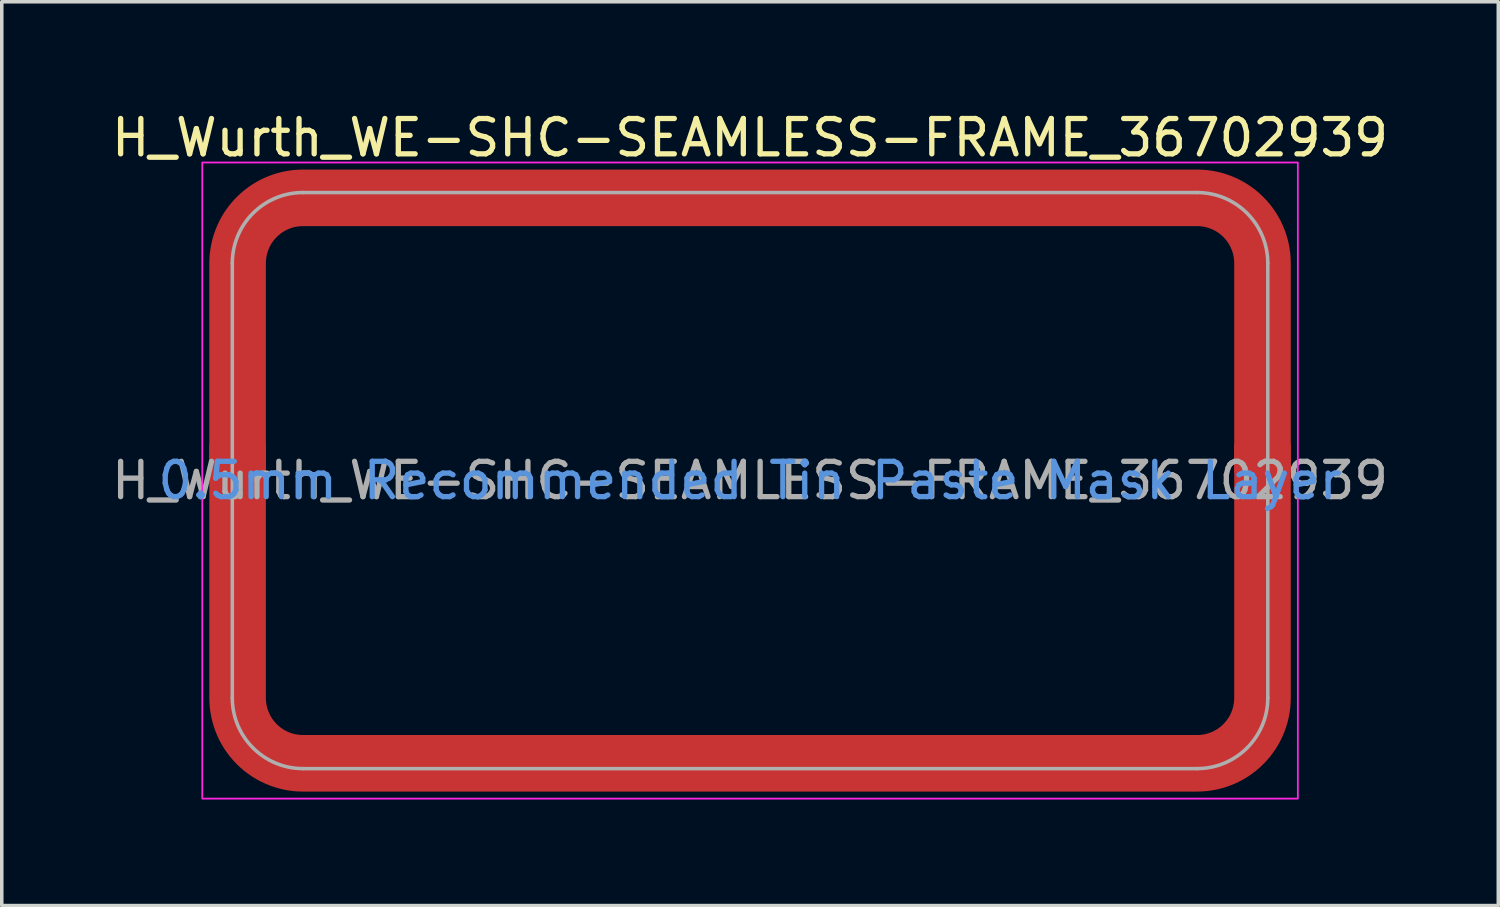
<source format=kicad_pcb>
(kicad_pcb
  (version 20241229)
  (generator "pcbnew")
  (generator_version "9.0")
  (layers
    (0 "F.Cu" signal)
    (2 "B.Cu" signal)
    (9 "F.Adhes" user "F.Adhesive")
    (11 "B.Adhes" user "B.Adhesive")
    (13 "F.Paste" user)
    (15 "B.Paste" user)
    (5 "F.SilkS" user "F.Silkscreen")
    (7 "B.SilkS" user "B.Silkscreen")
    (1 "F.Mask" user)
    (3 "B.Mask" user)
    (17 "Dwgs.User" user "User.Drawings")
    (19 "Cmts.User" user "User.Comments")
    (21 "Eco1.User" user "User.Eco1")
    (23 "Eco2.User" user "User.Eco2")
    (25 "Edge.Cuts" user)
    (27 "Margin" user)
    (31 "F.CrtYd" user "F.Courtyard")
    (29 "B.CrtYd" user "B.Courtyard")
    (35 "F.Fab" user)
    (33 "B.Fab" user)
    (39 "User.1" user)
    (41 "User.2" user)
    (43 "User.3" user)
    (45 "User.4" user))
  (footprint "H_Wurth_WE-SHC-SEAMLESS-FRAME_36702939"
    (layer "F.Cu")
    (at 18.173 10.548)
    (property "Reference" "H_Wurth_WE-SHC-SEAMLESS-FRAME_36702939" (at 0 -9.7 0) (unlocked yes) (layer "F.SilkS") (effects (font (size 1 1) (thickness 0.15))))
    (attr smd)
    (fp_poly (pts (xy -13.75 -0.25) (xy -15.25 -0.25) (xy -15.25 -6.15) (xy -15.246 -6.286) (xy -15.236 -6.422) (xy -15.218 -6.557) (xy -15.193 -6.691) (xy -15.161 -6.823) (xy -15.123 -6.953) (xy -15.077 -7.082) (xy -15.025 -7.208) (xy -14.967 -7.33) (xy -14.902 -7.45) (xy -14.831 -7.566) (xy -14.753 -7.678) (xy -14.671 -7.786) (xy -14.582 -7.89) (xy -14.488 -7.988) (xy -14.39 -8.082) (xy -14.286 -8.171) (xy -14.178 -8.253) (xy -14.066 -8.331) (xy -13.95 -8.402) (xy -13.83 -8.467) (xy -13.708 -8.525) (xy -13.582 -8.577) (xy -13.453 -8.623) (xy -13.323 -8.661) (xy -13.191 -8.693) (xy -13.057 -8.718) (xy -12.922 -8.736) (xy -12.786 -8.746) (xy -12.65 -8.75) (xy 12.65 -8.75) (xy 12.786 -8.746) (xy 12.922 -8.736) (xy 13.057 -8.718) (xy 13.191 -8.693) (xy 13.323 -8.661) (xy 13.453 -8.623) (xy 13.582 -8.577) (xy 13.708 -8.525) (xy 13.83 -8.467) (xy 13.95 -8.402) (xy 14.066 -8.331) (xy 14.178 -8.253) (xy 14.286 -8.171) (xy 14.39 -8.082) (xy 14.488 -7.988) (xy 14.582 -7.89) (xy 14.671 -7.786) (xy 14.753 -7.678) (xy 14.831 -7.566) (xy 14.902 -7.45) (xy 14.967 -7.33) (xy 15.025 -7.208) (xy 15.077 -7.082) (xy 15.123 -6.953) (xy 15.161 -6.823) (xy 15.193 -6.691) (xy 15.218 -6.557) (xy 15.236 -6.422) (xy 15.246 -6.286) (xy 15.25 -6.15) (xy 15.25 -0.25) (xy 13.75 -0.25) (xy 13.75 -6.15) (xy 13.748 -6.208) (xy 13.744 -6.265) (xy 13.736 -6.322) (xy 13.726 -6.379) (xy 13.713 -6.435) (xy 13.696 -6.49) (xy 13.677 -6.544) (xy 13.655 -6.597) (xy 13.63 -6.649) (xy 13.603 -6.7) (xy 13.573 -6.749) (xy 13.54 -6.797) (xy 13.505 -6.842) (xy 13.467 -6.886) (xy 13.428 -6.928) (xy 13.386 -6.967) (xy 13.342 -7.005) (xy 13.297 -7.04) (xy 13.249 -7.073) (xy 13.2 -7.103) (xy 13.149 -7.13) (xy 13.097 -7.155) (xy 13.044 -7.177) (xy 12.99 -7.196) (xy 12.935 -7.213) (xy 12.879 -7.226) (xy 12.822 -7.236) (xy 12.765 -7.244) (xy 12.708 -7.248) (xy 12.65 -7.25) (xy -12.65 -7.25) (xy -12.708 -7.248) (xy -12.765 -7.244) (xy -12.822 -7.236) (xy -12.879 -7.226) (xy -12.935 -7.213) (xy -12.99 -7.196) (xy -13.044 -7.177) (xy -13.097 -7.155) (xy -13.149 -7.13) (xy -13.2 -7.103) (xy -13.249 -7.073) (xy -13.297 -7.04) (xy -13.342 -7.005) (xy -13.386 -6.967) (xy -13.428 -6.928) (xy -13.467 -6.886) (xy -13.505 -6.842) (xy -13.54 -6.797) (xy -13.573 -6.749) (xy -13.603 -6.7) (xy -13.63 -6.649) (xy -13.655 -6.597) (xy -13.677 -6.544) (xy -13.696 -6.49) (xy -13.713 -6.435) (xy -13.726 -6.379) (xy -13.736 -6.322) (xy -13.744 -6.265) (xy -13.748 -6.208) (xy -13.75 -6.15) (xy -13.75 -0.25)) (stroke (width 0.1) (type solid)) (fill yes) (layer "F.Cu"))
    (fp_poly (pts (xy -13.75 -0.25) (xy -15.25 -0.25) (xy -15.25 -6.15) (xy -15.246 -6.286) (xy -15.236 -6.422) (xy -15.218 -6.557) (xy -15.193 -6.691) (xy -15.161 -6.823) (xy -15.123 -6.953) (xy -15.077 -7.082) (xy -15.025 -7.208) (xy -14.967 -7.33) (xy -14.902 -7.45) (xy -14.831 -7.566) (xy -14.753 -7.678) (xy -14.671 -7.786) (xy -14.582 -7.89) (xy -14.488 -7.988) (xy -14.39 -8.082) (xy -14.286 -8.171) (xy -14.178 -8.253) (xy -14.066 -8.331) (xy -13.95 -8.402) (xy -13.83 -8.467) (xy -13.708 -8.525) (xy -13.582 -8.577) (xy -13.453 -8.623) (xy -13.323 -8.661) (xy -13.191 -8.693) (xy -13.057 -8.718) (xy -12.922 -8.736) (xy -12.786 -8.746) (xy -12.65 -8.75) (xy 12.65 -8.75) (xy 12.786 -8.746) (xy 12.922 -8.736) (xy 13.057 -8.718) (xy 13.191 -8.693) (xy 13.323 -8.661) (xy 13.453 -8.623) (xy 13.582 -8.577) (xy 13.708 -8.525) (xy 13.83 -8.467) (xy 13.95 -8.402) (xy 14.066 -8.331) (xy 14.178 -8.253) (xy 14.286 -8.171) (xy 14.39 -8.082) (xy 14.488 -7.988) (xy 14.582 -7.89) (xy 14.671 -7.786) (xy 14.753 -7.678) (xy 14.831 -7.566) (xy 14.902 -7.45) (xy 14.967 -7.33) (xy 15.025 -7.208) (xy 15.077 -7.082) (xy 15.123 -6.953) (xy 15.161 -6.823) (xy 15.193 -6.691) (xy 15.218 -6.557) (xy 15.236 -6.422) (xy 15.246 -6.286) (xy 15.25 -6.15) (xy 15.25 -0.25) (xy 13.75 -0.25) (xy 13.75 -6.15) (xy 13.748 -6.208) (xy 13.744 -6.265) (xy 13.736 -6.322) (xy 13.726 -6.379) (xy 13.713 -6.435) (xy 13.696 -6.49) (xy 13.677 -6.544) (xy 13.655 -6.597) (xy 13.63 -6.649) (xy 13.603 -6.7) (xy 13.573 -6.749) (xy 13.54 -6.797) (xy 13.505 -6.842) (xy 13.467 -6.886) (xy 13.428 -6.928) (xy 13.386 -6.967) (xy 13.342 -7.005) (xy 13.297 -7.04) (xy 13.249 -7.073) (xy 13.2 -7.103) (xy 13.149 -7.13) (xy 13.097 -7.155) (xy 13.044 -7.177) (xy 12.99 -7.196) (xy 12.935 -7.213) (xy 12.879 -7.226) (xy 12.822 -7.236) (xy 12.765 -7.244) (xy 12.708 -7.248) (xy 12.65 -7.25) (xy -12.65 -7.25) (xy -12.708 -7.248) (xy -12.765 -7.244) (xy -12.822 -7.236) (xy -12.879 -7.226) (xy -12.935 -7.213) (xy -12.99 -7.196) (xy -13.044 -7.177) (xy -13.097 -7.155) (xy -13.149 -7.13) (xy -13.2 -7.103) (xy -13.249 -7.073) (xy -13.297 -7.04) (xy -13.342 -7.005) (xy -13.386 -6.967) (xy -13.428 -6.928) (xy -13.467 -6.886) (xy -13.505 -6.842) (xy -13.54 -6.797) (xy -13.573 -6.749) (xy -13.603 -6.7) (xy -13.63 -6.649) (xy -13.655 -6.597) (xy -13.677 -6.544) (xy -13.696 -6.49) (xy -13.713 -6.435) (xy -13.726 -6.379) (xy -13.736 -6.322) (xy -13.744 -6.265) (xy -13.748 -6.208) (xy -13.75 -6.15) (xy -13.75 -0.25)) (stroke (width 0.1) (type solid)) (fill yes) (layer "F.Mask"))
    (fp_poly (pts (xy -13.75 -0.25) (xy -15.25 -0.25) (xy -15.25 -6.15) (xy -15.246 -6.286) (xy -15.236 -6.422) (xy -15.218 -6.557) (xy -15.193 -6.691) (xy -15.161 -6.823) (xy -15.123 -6.953) (xy -15.077 -7.082) (xy -15.025 -7.208) (xy -14.967 -7.33) (xy -14.902 -7.45) (xy -14.831 -7.566) (xy -14.753 -7.678) (xy -14.671 -7.786) (xy -14.582 -7.89) (xy -14.488 -7.988) (xy -14.39 -8.082) (xy -14.286 -8.171) (xy -14.178 -8.253) (xy -14.066 -8.331) (xy -13.95 -8.402) (xy -13.83 -8.467) (xy -13.708 -8.525) (xy -13.582 -8.577) (xy -13.453 -8.623) (xy -13.323 -8.661) (xy -13.191 -8.693) (xy -13.057 -8.718) (xy -12.922 -8.736) (xy -12.786 -8.746) (xy -12.65 -8.75) (xy 12.65 -8.75) (xy 12.786 -8.746) (xy 12.922 -8.736) (xy 13.057 -8.718) (xy 13.191 -8.693) (xy 13.323 -8.661) (xy 13.453 -8.623) (xy 13.582 -8.577) (xy 13.708 -8.525) (xy 13.83 -8.467) (xy 13.95 -8.402) (xy 14.066 -8.331) (xy 14.178 -8.253) (xy 14.286 -8.171) (xy 14.39 -8.082) (xy 14.488 -7.988) (xy 14.582 -7.89) (xy 14.671 -7.786) (xy 14.753 -7.678) (xy 14.831 -7.566) (xy 14.902 -7.45) (xy 14.967 -7.33) (xy 15.025 -7.208) (xy 15.077 -7.082) (xy 15.123 -6.953) (xy 15.161 -6.823) (xy 15.193 -6.691) (xy 15.218 -6.557) (xy 15.236 -6.422) (xy 15.246 -6.286) (xy 15.25 -6.15) (xy 15.25 -0.25) (xy 13.75 -0.25) (xy 13.75 -6.15) (xy 13.748 -6.208) (xy 13.744 -6.265) (xy 13.736 -6.322) (xy 13.726 -6.379) (xy 13.713 -6.435) (xy 13.696 -6.49) (xy 13.677 -6.544) (xy 13.655 -6.597) (xy 13.63 -6.649) (xy 13.603 -6.7) (xy 13.573 -6.749) (xy 13.54 -6.797) (xy 13.505 -6.842) (xy 13.467 -6.886) (xy 13.428 -6.928) (xy 13.386 -6.967) (xy 13.342 -7.005) (xy 13.297 -7.04) (xy 13.249 -7.073) (xy 13.2 -7.103) (xy 13.149 -7.13) (xy 13.097 -7.155) (xy 13.044 -7.177) (xy 12.99 -7.196) (xy 12.935 -7.213) (xy 12.879 -7.226) (xy 12.822 -7.236) (xy 12.765 -7.244) (xy 12.708 -7.248) (xy 12.65 -7.25) (xy -12.65 -7.25) (xy -12.708 -7.248) (xy -12.765 -7.244) (xy -12.822 -7.236) (xy -12.879 -7.226) (xy -12.935 -7.213) (xy -12.99 -7.196) (xy -13.044 -7.177) (xy -13.097 -7.155) (xy -13.149 -7.13) (xy -13.2 -7.103) (xy -13.249 -7.073) (xy -13.297 -7.04) (xy -13.342 -7.005) (xy -13.386 -6.967) (xy -13.428 -6.928) (xy -13.467 -6.886) (xy -13.505 -6.842) (xy -13.54 -6.797) (xy -13.573 -6.749) (xy -13.603 -6.7) (xy -13.63 -6.649) (xy -13.655 -6.597) (xy -13.677 -6.544) (xy -13.696 -6.49) (xy -13.713 -6.435) (xy -13.726 -6.379) (xy -13.736 -6.322) (xy -13.744 -6.265) (xy -13.748 -6.208) (xy -13.75 -6.15) (xy -13.75 -0.25)) (stroke (width 0.1) (type solid)) (fill yes) (layer "F.Paste"))
    (fp_rect (start -15.5 -9) (end 15.5 9) (stroke (width 0.05) (type solid)) (fill no) (layer "F.CrtYd"))
    (fp_line (start -14.65 6.15) (end -14.65 -6.15) (stroke (width 0.1) (type solid)) (layer "F.Fab"))
    (fp_line (start -12.65 -8.15) (end 12.65 -8.15) (stroke (width 0.1) (type solid)) (layer "F.Fab"))
    (fp_line (start -12.65 8.15) (end 12.65 8.15) (stroke (width 0.1) (type solid)) (layer "F.Fab"))
    (fp_line (start 14.65 6.15) (end 14.65 -6.15) (stroke (width 0.1) (type solid)) (layer "F.Fab"))
    (fp_arc (start -14.65 -6.15) (mid -14.064214 -7.564214) (end -12.65 -8.15) (stroke (width 0.1) (type solid)) (layer "F.Fab"))
    (fp_arc (start -12.65 8.15) (mid -14.064214 7.564214) (end -14.65 6.15) (stroke (width 0.1) (type solid)) (layer "F.Fab"))
    (fp_arc (start 12.65 -8.15) (mid 14.064214 -7.564214) (end 14.65 -6.15) (stroke (width 0.1) (type solid)) (layer "F.Fab"))
    (fp_arc (start 14.65 6.15) (mid 14.064214 7.564214) (end 12.65 8.15) (stroke (width 0.1) (type solid)) (layer "F.Fab"))
    (fp_text user "0.5mm Recommended Tin Paste Mask Layer" (at 0 0 0) (unlocked yes) (layer "Cmts.User") (effects (font (size 1 1) (thickness 0.15))))
    (fp_text user "${REFERENCE}" (at 0 0 0) (unlocked yes) (layer "F.Fab") (effects (font (size 1 1) (thickness 0.15))))
    (pad "1" smd custom (at 14.5 0) (size 1.5 0.1) (layers "F.Cu" "F.Mask" "F.Paste") (options (anchor rect)) (primitives (gr_poly (pts (xy -0.75 -1) (xy 0.75 -1) (xy 0.75 6.15) (xy 0.746 6.286) (xy 0.736 6.422) (xy 0.718 6.557) (xy 0.693 6.691) (xy 0.661 6.823) (xy 0.623 6.953) (xy 0.577 7.082) (xy 0.525 7.208) (xy 0.467 7.33) (xy 0.402 7.45) (xy 0.331 7.566) (xy 0.253 7.678) (xy 0.171 7.786) (xy 0.082 7.89) (xy -0.012 7.988) (xy -0.11 8.082) (xy -0.214 8.171) (xy -0.322 8.253) (xy -0.434 8.331) (xy -0.55 8.402) (xy -0.67 8.467) (xy -0.792 8.525) (xy -0.918 8.577) (xy -1.047 8.623) (xy -1.177 8.661) (xy -1.309 8.693) (xy -1.443 8.718) (xy -1.578 8.736) (xy -1.714 8.746) (xy -1.85 8.75) (xy -27.15 8.75) (xy -27.286 8.746) (xy -27.422 8.736) (xy -27.557 8.718) (xy -27.691 8.693) (xy -27.823 8.661) (xy -27.953 8.623) (xy -28.082 8.577) (xy -28.208 8.525) (xy -28.33 8.467) (xy -28.45 8.402) (xy -28.566 8.331) (xy -28.678 8.253) (xy -28.786 8.171) (xy -28.89 8.082) (xy -28.988 7.988) (xy -29.082 7.89) (xy -29.171 7.786) (xy -29.253 7.678) (xy -29.331 7.566) (xy -29.402 7.45) (xy -29.467 7.33) (xy -29.525 7.208) (xy -29.577 7.082) (xy -29.623 6.953) (xy -29.661 6.823) (xy -29.693 6.691) (xy -29.718 6.557) (xy -29.736 6.422) (xy -29.746 6.286) (xy -29.75 6.15) (xy -29.75 -1) (xy -28.25 -1) (xy -28.25 6.15) (xy -28.248 6.208) (xy -28.244 6.265) (xy -28.236 6.322) (xy -28.226 6.379) (xy -28.213 6.435) (xy -28.196 6.49) (xy -28.177 6.544) (xy -28.155 6.597) (xy -28.13 6.649) (xy -28.103 6.7) (xy -28.073 6.749) (xy -28.04 6.797) (xy -28.005 6.842) (xy -27.967 6.886) (xy -27.928 6.928) (xy -27.886 6.967) (xy -27.842 7.005) (xy -27.797 7.04) (xy -27.749 7.073) (xy -27.7 7.103) (xy -27.649 7.13) (xy -27.597 7.155) (xy -27.544 7.177) (xy -27.49 7.196) (xy -27.435 7.213) (xy -27.379 7.226) (xy -27.322 7.236) (xy -27.265 7.244) (xy -27.208 7.248) (xy -27.15 7.25) (xy -1.85 7.25) (xy -1.792 7.248) (xy -1.735 7.244) (xy -1.678 7.236) (xy -1.621 7.226) (xy -1.565 7.213) (xy -1.51 7.196) (xy -1.456 7.177) (xy -1.403 7.155) (xy -1.351 7.13) (xy -1.3 7.103) (xy -1.251 7.073) (xy -1.203 7.04) (xy -1.158 7.005) (xy -1.114 6.967) (xy -1.072 6.928) (xy -1.033 6.886) (xy -0.995 6.842) (xy -0.96 6.797) (xy -0.927 6.749) (xy -0.897 6.7) (xy -0.87 6.649) (xy -0.845 6.597) (xy -0.823 6.544) (xy -0.804 6.49) (xy -0.787 6.435) (xy -0.774 6.379) (xy -0.764 6.322) (xy -0.756 6.265) (xy -0.752 6.208) (xy -0.75 6.15) (xy -0.75 -1)) (width 0.1) (fill yes)))))
  (gr_rect
    (start -3 -3)
    (end 39.345 22.573)
    (stroke (width 0.1) (type default))
    (fill no)
    (layer "Edge.Cuts")))
</source>
